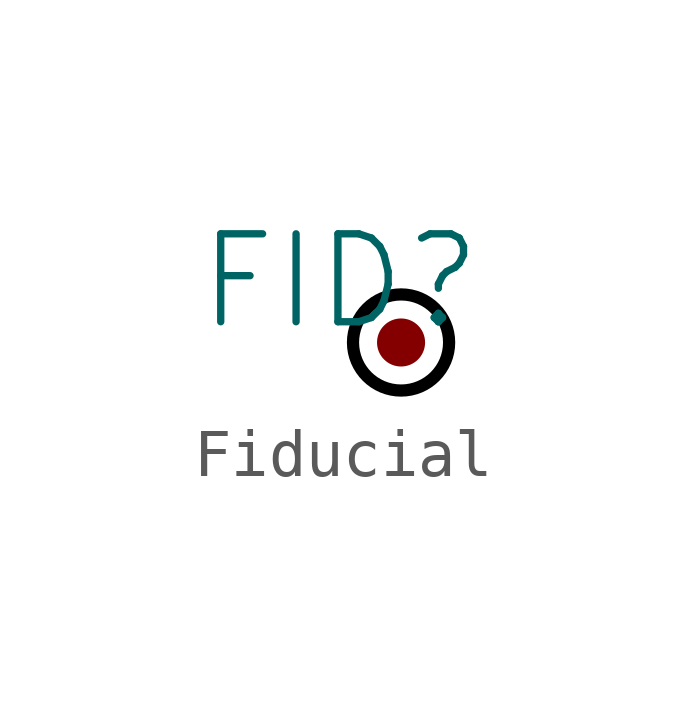
<source format=kicad_sym>
(kicad_symbol_lib
  (version 20231120)
  (generator "kicad_symbol_editor")
  (generator_version "8.0")
  (symbol "Fiducial"
    (property "Reference" "FID"
      (at -1.27 1.27 0)
      (effects (font (size 1.829 1.829))))
    (symbol "Fiducial_1_0"
      (circle (center 0 0) (radius 0.5) (stroke (width -0.0001) (type solid)) (fill (type outline)))
      (circle (center 0 0) (radius 1) (stroke (width 0.254) (type solid) (color 0 0 0 1)) (fill (type none))))))
</source>
